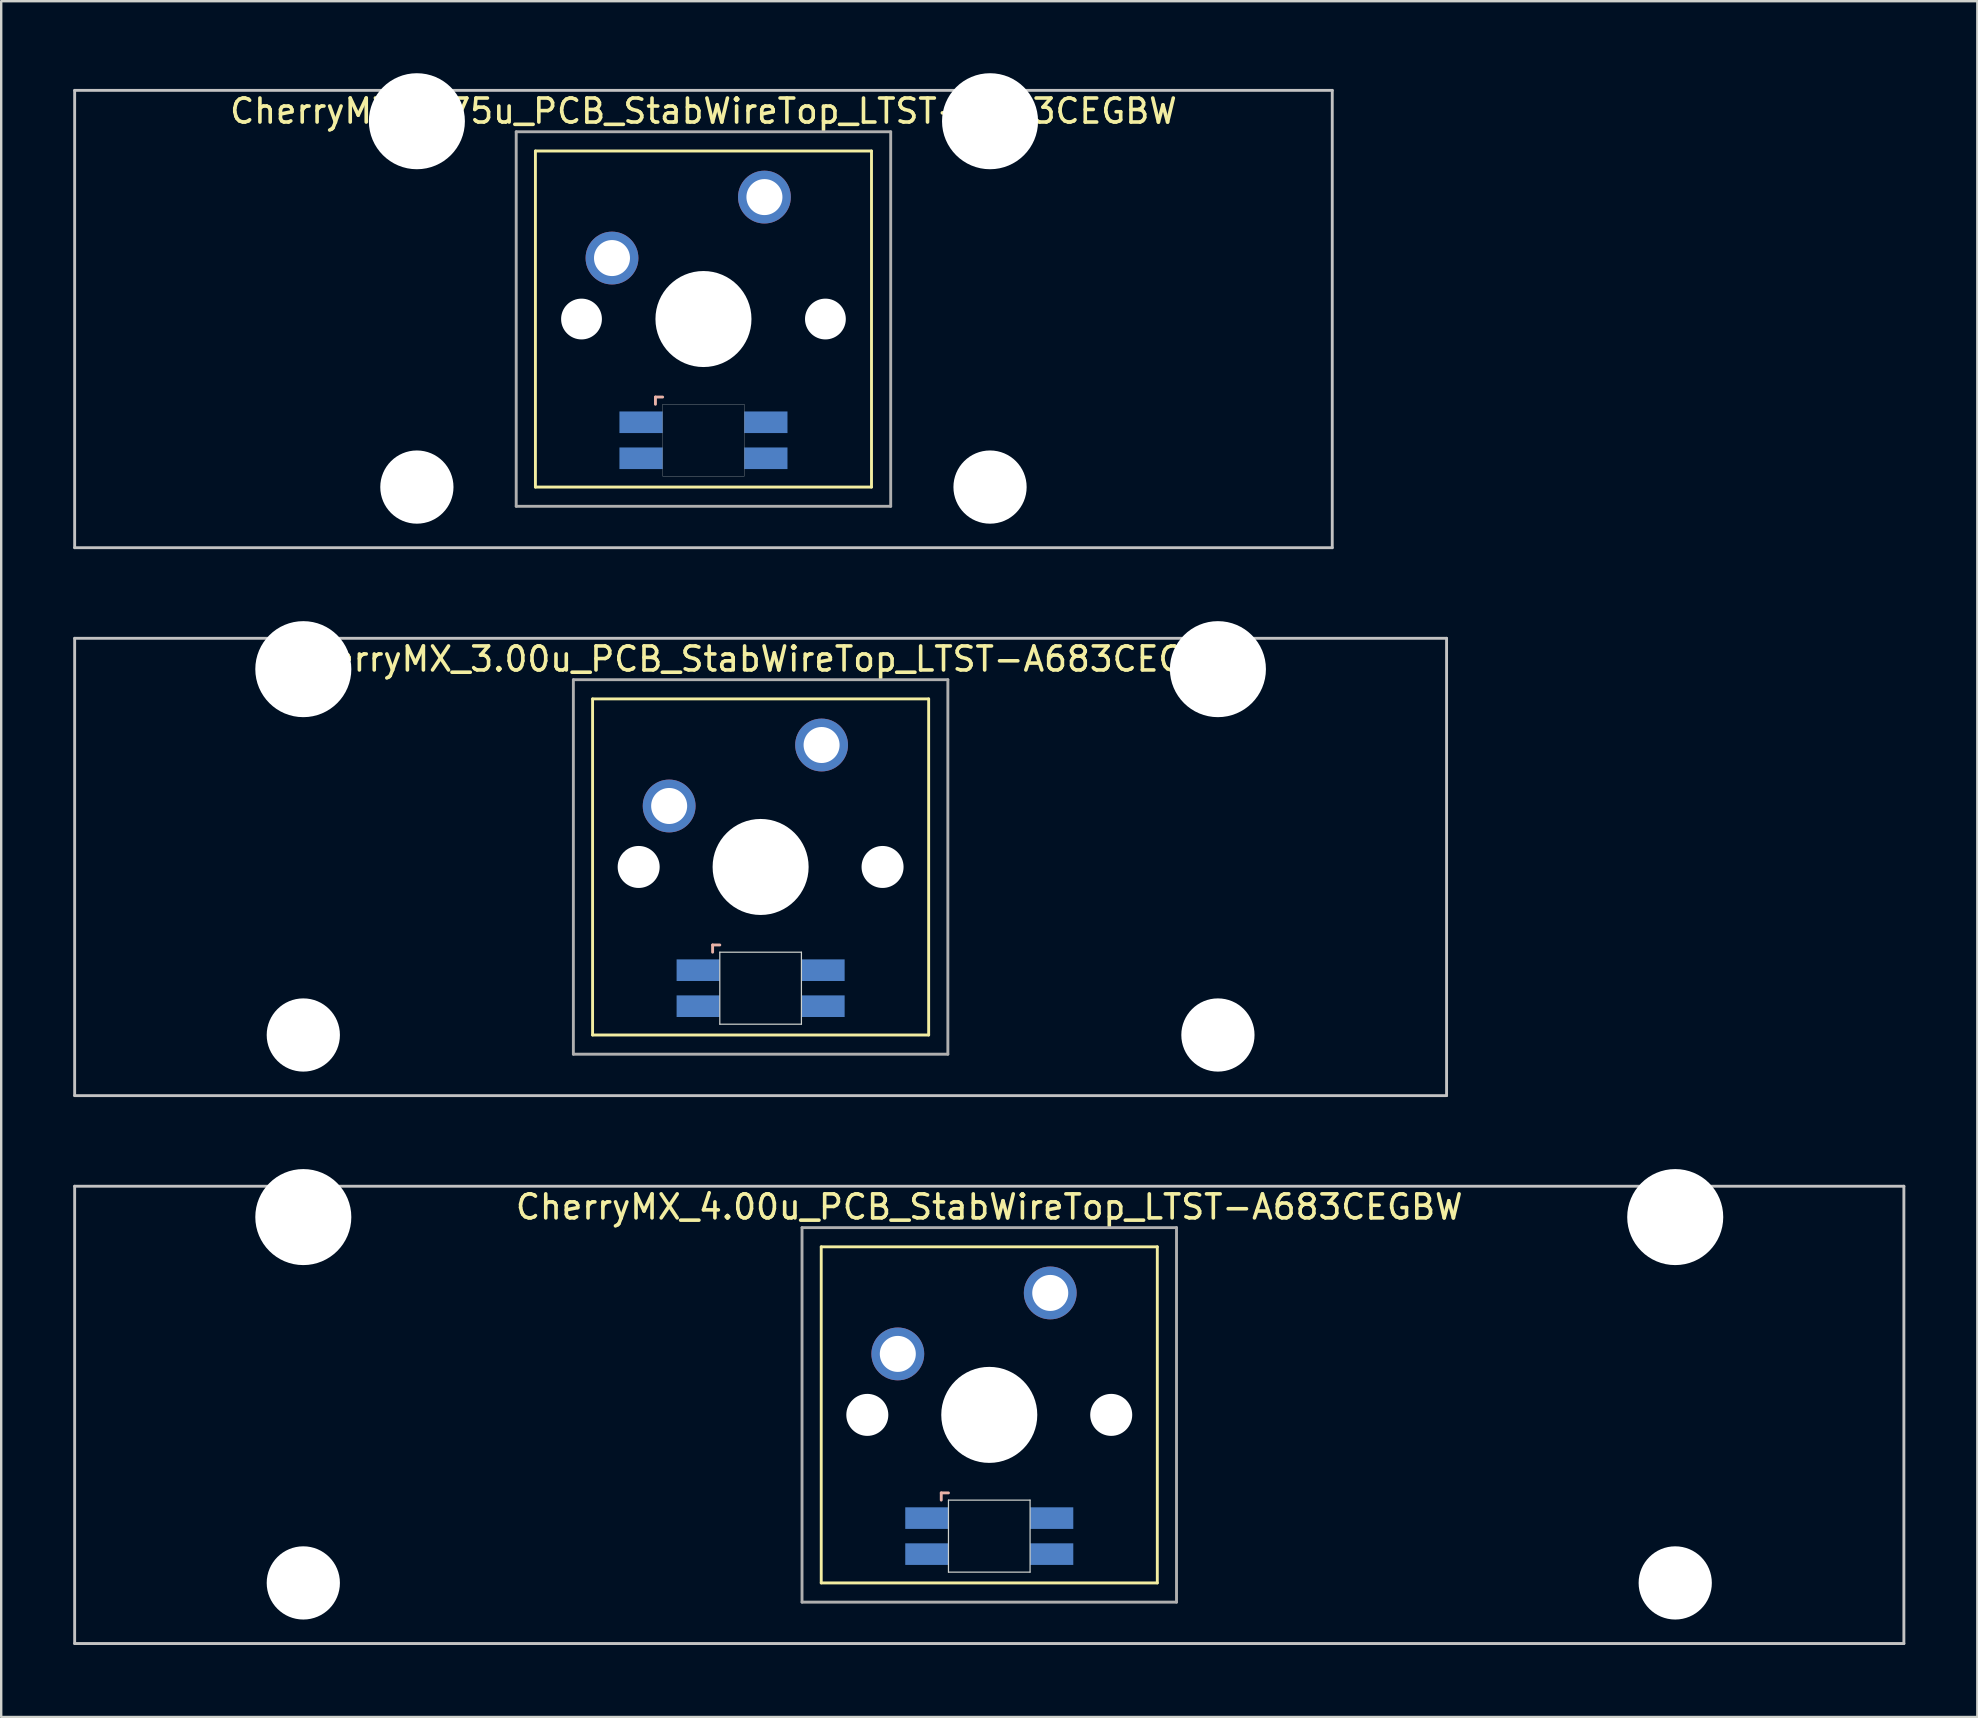
<source format=kicad_pcb>
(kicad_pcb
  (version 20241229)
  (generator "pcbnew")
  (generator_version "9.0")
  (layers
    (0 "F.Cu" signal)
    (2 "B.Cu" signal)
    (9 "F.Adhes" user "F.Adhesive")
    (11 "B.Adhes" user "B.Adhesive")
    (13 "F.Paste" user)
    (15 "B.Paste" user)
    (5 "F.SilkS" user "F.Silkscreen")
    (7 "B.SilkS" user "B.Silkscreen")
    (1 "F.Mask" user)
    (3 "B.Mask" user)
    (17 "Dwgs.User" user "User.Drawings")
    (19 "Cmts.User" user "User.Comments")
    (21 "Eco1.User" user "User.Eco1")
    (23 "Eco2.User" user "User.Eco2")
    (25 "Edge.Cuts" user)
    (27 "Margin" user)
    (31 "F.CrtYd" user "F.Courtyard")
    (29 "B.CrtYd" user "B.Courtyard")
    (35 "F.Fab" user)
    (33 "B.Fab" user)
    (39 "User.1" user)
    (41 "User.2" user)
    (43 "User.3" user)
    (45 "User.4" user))
  (footprint "CherryMX_4.00u_PCB_StabWireTop_LTST-A683CEGBW"
    (layer "F.Cu")
    (at 38.16 55.89)
    (property "Reference" "CherryMX_4.00u_PCB_StabWireTop_LTST-A683CEGBW" (at 0 -8.662 0) (layer "F.SilkS") (effects (font (size 1 1) (thickness 0.15))))
    (attr through_hole)
    (fp_line (start -7 -7) (end -7 7) (stroke (width 0.12) (type solid)) (layer "F.SilkS"))
    (fp_line (start -7 -7) (end 7 -7) (stroke (width 0.12) (type solid)) (layer "F.SilkS"))
    (fp_line (start 7 -7) (end 7 7) (stroke (width 0.12) (type solid)) (layer "F.SilkS"))
    (fp_line (start 7 7) (end -7 7) (stroke (width 0.12) (type solid)) (layer "F.SilkS"))
    (fp_line (start -2 3.25) (end -2 3.55) (stroke (width 0.12) (type solid)) (layer "B.SilkS"))
    (fp_line (start -1.7 3.25) (end -2 3.25) (stroke (width 0.12) (type solid)) (layer "B.SilkS"))
    (fp_line (start -38.1 -9.525) (end 38.1 -9.525) (stroke (width 0.12) (type solid)) (layer "Dwgs.User"))
    (fp_line (start -38.1 9.525) (end -38.1 -9.525) (stroke (width 0.12) (type solid)) (layer "Dwgs.User"))
    (fp_line (start 38.1 -9.525) (end 38.1 9.525) (stroke (width 0.12) (type solid)) (layer "Dwgs.User"))
    (fp_line (start 38.1 9.525) (end -38.1 9.525) (stroke (width 0.12) (type solid)) (layer "Dwgs.User"))
    (fp_line (start -1.7 3.55) (end 1.7 3.55) (stroke (width 0.05) (type solid)) (layer "Edge.Cuts"))
    (fp_line (start -1.7 6.55) (end -1.7 3.55) (stroke (width 0.05) (type solid)) (layer "Edge.Cuts"))
    (fp_line (start 1.7 3.55) (end 1.7 6.55) (stroke (width 0.05) (type solid)) (layer "Edge.Cuts"))
    (fp_line (start 1.7 6.55) (end -1.7 6.55) (stroke (width 0.05) (type solid)) (layer "Edge.Cuts"))
    (fp_line (start -7.8 -7.8) (end -7.8 7.8) (stroke (width 0.12) (type solid)) (layer "F.Fab"))
    (fp_line (start -7.8 -7.8) (end 7.8 -7.8) (stroke (width 0.12) (type solid)) (layer "F.Fab"))
    (fp_line (start -7.8 7.8) (end 7.8 7.8) (stroke (width 0.12) (type solid)) (layer "F.Fab"))
    (fp_line (start 7.8 -7.8) (end 7.8 7.8) (stroke (width 0.12) (type solid)) (layer "F.Fab"))
    (pad "" np_thru_hole circle (at -28.575 -8.24) (size 4 4) (drill 4) (layers "*.Cu" "*.Mask"))
    (pad "" np_thru_hole circle (at -28.575 7) (size 3.05 3.05) (drill 3.05) (layers "*.Cu" "*.Mask"))
    (pad "" np_thru_hole circle (at -5.08 0) (size 1.75 1.75) (drill 1.75) (layers "*.Cu" "*.Mask"))
    (pad "" np_thru_hole circle (at 0 0) (size 4 4) (drill 4) (layers "*.Cu" "*.Mask"))
    (pad "" np_thru_hole circle (at 5.08 0) (size 1.75 1.75) (drill 1.75) (layers "*.Cu" "*.Mask"))
    (pad "" np_thru_hole circle (at 28.575 -8.24) (size 4 4) (drill 4) (layers "*.Cu" "*.Mask"))
    (pad "" np_thru_hole circle (at 28.575 7) (size 3.05 3.05) (drill 3.05) (layers "*.Cu" "*.Mask"))
    (pad "1" thru_hole circle (at -3.81 -2.54) (size 2.2 2.2) (drill 1.5) (layers "*.Cu" "*.Mask"))
    (pad "2" thru_hole circle (at 2.54 -5.08) (size 2.2 2.2) (drill 1.5) (layers "*.Cu" "*.Mask"))
    (pad "3" smd rect (at -2.6 4.3) (size 1.8 0.9) (layers "B.Cu" "B.Mask" "B.Paste"))
    (pad "4" smd rect (at -2.6 5.8) (size 1.8 0.9) (layers "B.Cu" "B.Mask" "B.Paste"))
    (pad "5" smd rect (at 2.6 4.3) (size 1.8 0.9) (layers "B.Cu" "B.Mask" "B.Paste"))
    (pad "6" smd rect (at 2.6 5.8) (size 1.8 0.9) (layers "B.Cu" "B.Mask" "B.Paste")))
  (footprint "CherryMX_3.00u_PCB_StabWireTop_LTST-A683CEGBW"
    (layer "F.Cu")
    (at 28.635 33.065)
    (property "Reference" "CherryMX_3.00u_PCB_StabWireTop_LTST-A683CEGBW" (at 0 -8.662 0) (layer "F.SilkS") (effects (font (size 1 1) (thickness 0.15))))
    (attr through_hole)
    (fp_line (start -7 -7) (end -7 7) (stroke (width 0.12) (type solid)) (layer "F.SilkS"))
    (fp_line (start -7 -7) (end 7 -7) (stroke (width 0.12) (type solid)) (layer "F.SilkS"))
    (fp_line (start 7 -7) (end 7 7) (stroke (width 0.12) (type solid)) (layer "F.SilkS"))
    (fp_line (start 7 7) (end -7 7) (stroke (width 0.12) (type solid)) (layer "F.SilkS"))
    (fp_line (start -2 3.25) (end -2 3.55) (stroke (width 0.12) (type solid)) (layer "B.SilkS"))
    (fp_line (start -1.7 3.25) (end -2 3.25) (stroke (width 0.12) (type solid)) (layer "B.SilkS"))
    (fp_line (start -28.575 -9.525) (end 28.575 -9.525) (stroke (width 0.12) (type solid)) (layer "Dwgs.User"))
    (fp_line (start -28.575 9.525) (end -28.575 -9.525) (stroke (width 0.12) (type solid)) (layer "Dwgs.User"))
    (fp_line (start 28.575 -9.525) (end 28.575 9.525) (stroke (width 0.12) (type solid)) (layer "Dwgs.User"))
    (fp_line (start 28.575 9.525) (end -28.575 9.525) (stroke (width 0.12) (type solid)) (layer "Dwgs.User"))
    (fp_line (start -1.7 3.55) (end 1.7 3.55) (stroke (width 0.05) (type solid)) (layer "Edge.Cuts"))
    (fp_line (start -1.7 6.55) (end -1.7 3.55) (stroke (width 0.05) (type solid)) (layer "Edge.Cuts"))
    (fp_line (start 1.7 3.55) (end 1.7 6.55) (stroke (width 0.05) (type solid)) (layer "Edge.Cuts"))
    (fp_line (start 1.7 6.55) (end -1.7 6.55) (stroke (width 0.05) (type solid)) (layer "Edge.Cuts"))
    (fp_line (start -7.8 -7.8) (end -7.8 7.8) (stroke (width 0.12) (type solid)) (layer "F.Fab"))
    (fp_line (start -7.8 -7.8) (end 7.8 -7.8) (stroke (width 0.12) (type solid)) (layer "F.Fab"))
    (fp_line (start -7.8 7.8) (end 7.8 7.8) (stroke (width 0.12) (type solid)) (layer "F.Fab"))
    (fp_line (start 7.8 -7.8) (end 7.8 7.8) (stroke (width 0.12) (type solid)) (layer "F.Fab"))
    (pad "" np_thru_hole circle (at -19.05 -8.24) (size 4 4) (drill 4) (layers "*.Cu" "*.Mask"))
    (pad "" np_thru_hole circle (at -19.05 7) (size 3.05 3.05) (drill 3.05) (layers "*.Cu" "*.Mask"))
    (pad "" np_thru_hole circle (at -5.08 0) (size 1.75 1.75) (drill 1.75) (layers "*.Cu" "*.Mask"))
    (pad "" np_thru_hole circle (at 0 0) (size 4 4) (drill 4) (layers "*.Cu" "*.Mask"))
    (pad "" np_thru_hole circle (at 5.08 0) (size 1.75 1.75) (drill 1.75) (layers "*.Cu" "*.Mask"))
    (pad "" np_thru_hole circle (at 19.05 -8.24) (size 4 4) (drill 4) (layers "*.Cu" "*.Mask"))
    (pad "" np_thru_hole circle (at 19.05 7) (size 3.05 3.05) (drill 3.05) (layers "*.Cu" "*.Mask"))
    (pad "1" thru_hole circle (at -3.81 -2.54) (size 2.2 2.2) (drill 1.5) (layers "*.Cu" "*.Mask"))
    (pad "2" thru_hole circle (at 2.54 -5.08) (size 2.2 2.2) (drill 1.5) (layers "*.Cu" "*.Mask"))
    (pad "3" smd rect (at -2.6 4.3) (size 1.8 0.9) (layers "B.Cu" "B.Mask" "B.Paste"))
    (pad "4" smd rect (at -2.6 5.8) (size 1.8 0.9) (layers "B.Cu" "B.Mask" "B.Paste"))
    (pad "5" smd rect (at 2.6 4.3) (size 1.8 0.9) (layers "B.Cu" "B.Mask" "B.Paste"))
    (pad "6" smd rect (at 2.6 5.8) (size 1.8 0.9) (layers "B.Cu" "B.Mask" "B.Paste")))
  (footprint "CherryMX_2.75u_PCB_StabWireTop_LTST-A683CEGBW"
    (layer "F.Cu")
    (at 26.254 10.24)
    (property "Reference" "CherryMX_2.75u_PCB_StabWireTop_LTST-A683CEGBW" (at 0 -8.662 0) (layer "F.SilkS") (effects (font (size 1 1) (thickness 0.15))))
    (attr through_hole)
    (fp_line (start -7 -7) (end -7 7) (stroke (width 0.12) (type solid)) (layer "F.SilkS"))
    (fp_line (start -7 -7) (end 7 -7) (stroke (width 0.12) (type solid)) (layer "F.SilkS"))
    (fp_line (start 7 -7) (end 7 7) (stroke (width 0.12) (type solid)) (layer "F.SilkS"))
    (fp_line (start 7 7) (end -7 7) (stroke (width 0.12) (type solid)) (layer "F.SilkS"))
    (fp_line (start -2 3.25) (end -2 3.55) (stroke (width 0.12) (type solid)) (layer "B.SilkS"))
    (fp_line (start -1.7 3.25) (end -2 3.25) (stroke (width 0.12) (type solid)) (layer "B.SilkS"))
    (fp_line (start -26.194 -9.525) (end 26.194 -9.525) (stroke (width 0.12) (type solid)) (layer "Dwgs.User"))
    (fp_line (start -26.194 9.525) (end -26.194 -9.525) (stroke (width 0.12) (type solid)) (layer "Dwgs.User"))
    (fp_line (start 26.194 -9.525) (end 26.194 9.525) (stroke (width 0.12) (type solid)) (layer "Dwgs.User"))
    (fp_line (start 26.194 9.525) (end -26.194 9.525) (stroke (width 0.12) (type solid)) (layer "Dwgs.User"))
    (fp_poly (pts (xy 1.7 6.55) (xy -1.7 6.55) (xy -1.7 3.55) (xy 1.7 3.55)) (stroke (width 0.01) (type solid)) (fill no) (layer "Edge.Cuts"))
    (fp_line (start -7.8 -7.8) (end -7.8 7.8) (stroke (width 0.12) (type solid)) (layer "F.Fab"))
    (fp_line (start -7.8 -7.8) (end 7.8 -7.8) (stroke (width 0.12) (type solid)) (layer "F.Fab"))
    (fp_line (start -7.8 7.8) (end 7.8 7.8) (stroke (width 0.12) (type solid)) (layer "F.Fab"))
    (fp_line (start 7.8 -7.8) (end 7.8 7.8) (stroke (width 0.12) (type solid)) (layer "F.Fab"))
    (pad "" np_thru_hole circle (at -11.938 -8.24) (size 4 4) (drill 4) (layers "*.Cu" "*.Mask"))
    (pad "" np_thru_hole circle (at -11.938 7) (size 3.05 3.05) (drill 3.05) (layers "*.Cu" "*.Mask"))
    (pad "" np_thru_hole circle (at -5.08 0) (size 1.7 1.7) (drill 1.7) (layers "*.Cu" "*.Mask"))
    (pad "" np_thru_hole circle (at 0 0) (size 4 4) (drill 4) (layers "*.Cu" "*.Mask"))
    (pad "" np_thru_hole circle (at 5.08 0) (size 1.7 1.7) (drill 1.7) (layers "*.Cu" "*.Mask"))
    (pad "" np_thru_hole circle (at 11.938 -8.24) (size 4 4) (drill 4) (layers "*.Cu" "*.Mask"))
    (pad "" np_thru_hole circle (at 11.938 7) (size 3.05 3.05) (drill 3.05) (layers "*.Cu" "*.Mask"))
    (pad "1" thru_hole circle (at -3.81 -2.54) (size 2.2 2.2) (drill 1.5) (layers "*.Cu" "*.Mask"))
    (pad "2" thru_hole circle (at 2.54 -5.08) (size 2.2 2.2) (drill 1.5) (layers "*.Cu" "*.Mask"))
    (pad "3" smd rect (at -2.6 4.3) (size 1.8 0.9) (layers "B.Cu" "B.Mask" "B.Paste"))
    (pad "4" smd rect (at -2.6 5.8) (size 1.8 0.9) (layers "B.Cu" "B.Mask" "B.Paste"))
    (pad "5" smd rect (at 2.6 4.3) (size 1.8 0.9) (layers "B.Cu" "B.Mask" "B.Paste"))
    (pad "6" smd rect (at 2.6 5.8) (size 1.8 0.9) (layers "B.Cu" "B.Mask" "B.Paste")))
  (gr_rect
    (start -3 -3)
    (end 79.32 68.475)
    (stroke (width 0.1) (type default))
    (fill no)
    (layer "Edge.Cuts")))
</source>
